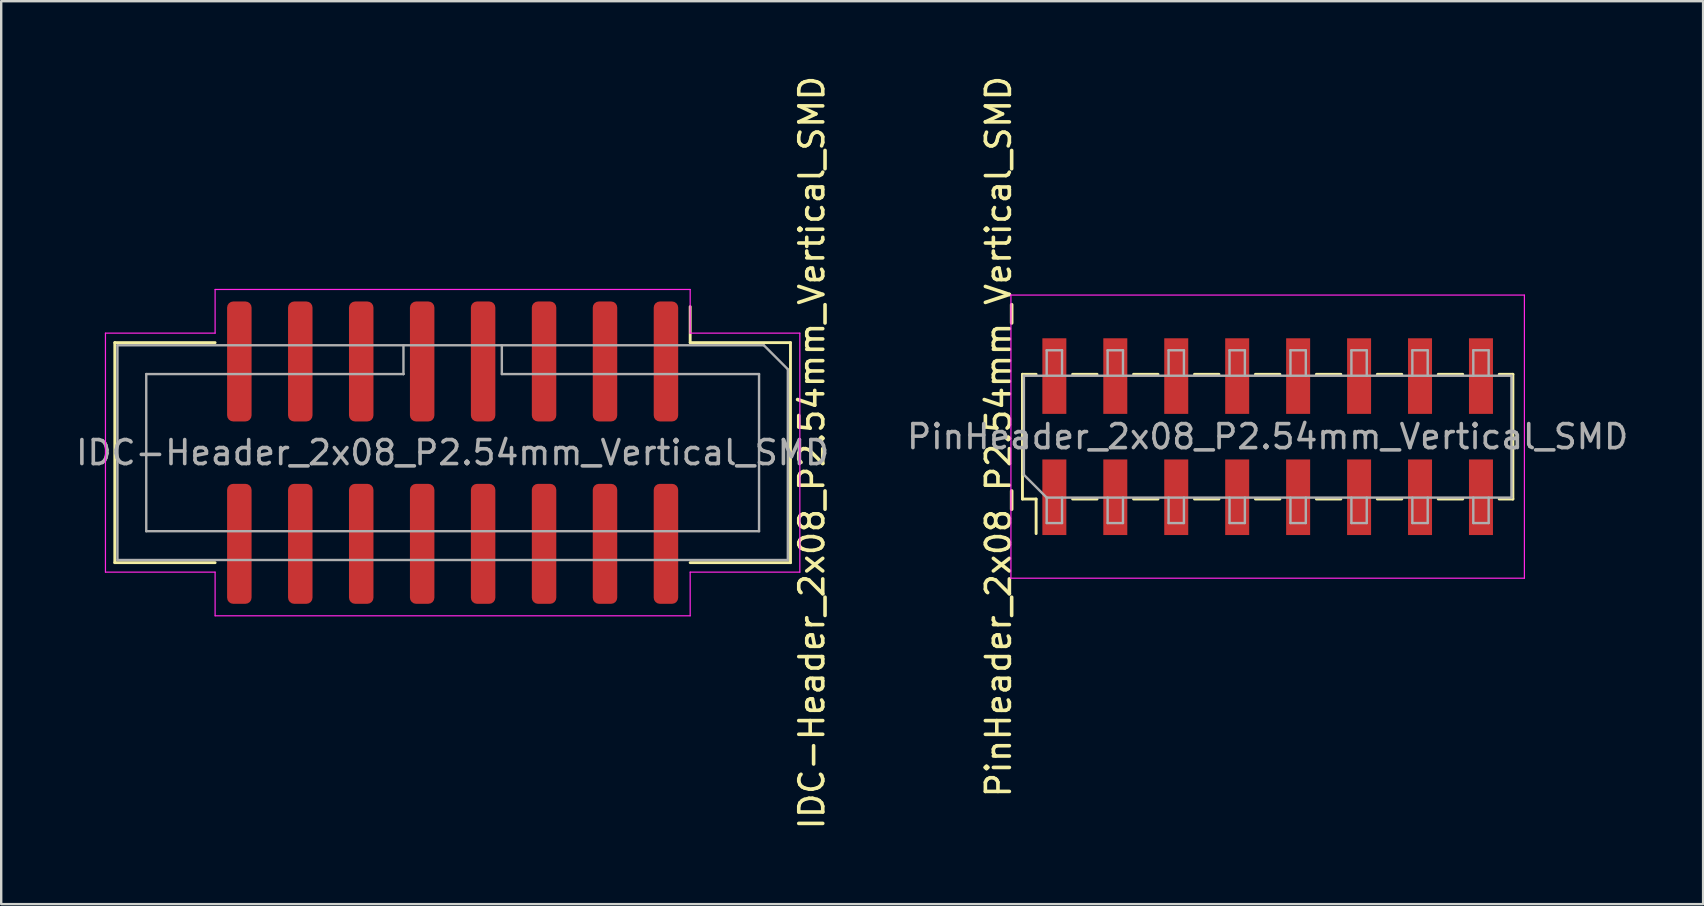
<source format=kicad_pcb>
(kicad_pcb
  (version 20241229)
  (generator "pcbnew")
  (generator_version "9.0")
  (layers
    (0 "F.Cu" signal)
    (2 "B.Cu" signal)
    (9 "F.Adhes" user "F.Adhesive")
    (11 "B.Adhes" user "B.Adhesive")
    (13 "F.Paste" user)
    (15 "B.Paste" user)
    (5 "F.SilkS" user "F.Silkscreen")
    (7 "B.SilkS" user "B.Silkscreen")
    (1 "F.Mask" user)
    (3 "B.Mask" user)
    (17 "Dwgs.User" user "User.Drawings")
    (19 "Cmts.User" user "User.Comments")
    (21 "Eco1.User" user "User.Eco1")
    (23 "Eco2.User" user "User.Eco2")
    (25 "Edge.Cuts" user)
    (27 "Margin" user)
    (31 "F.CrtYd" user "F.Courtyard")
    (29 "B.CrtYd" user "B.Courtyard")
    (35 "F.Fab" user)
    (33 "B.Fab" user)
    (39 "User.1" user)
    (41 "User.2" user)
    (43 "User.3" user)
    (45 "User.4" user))
  (footprint "IDC-Header_2x08_P2.54mm_Vertical_SMD"
    (layer "F.Cu")
    (at 15.815 15.815)
    (property "Reference" "IDC-Header_2x08_P2.54mm_Vertical_SMD" (at 14.97 0 270) (layer "F.SilkS") (effects (font (size 1 1) (thickness 0.15))))
    (attr smd)
    (fp_line (start -14.08 -4.585) (end -14.08 4.585) (stroke (width 0.12) (type solid)) (layer "F.SilkS"))
    (fp_line (start -14.08 4.585) (end -9.9 4.585) (stroke (width 0.12) (type solid)) (layer "F.SilkS"))
    (fp_line (start -9.9 -4.585) (end -14.08 -4.585) (stroke (width 0.12) (type solid)) (layer "F.SilkS"))
    (fp_line (start 9.9 -4.585) (end 9.9 -6.085) (stroke (width 0.12) (type solid)) (layer "F.SilkS"))
    (fp_line (start 9.9 -4.585) (end 14.08 -4.585) (stroke (width 0.12) (type solid)) (layer "F.SilkS"))
    (fp_line (start 14.08 -4.585) (end 14.08 4.585) (stroke (width 0.12) (type solid)) (layer "F.SilkS"))
    (fp_line (start 14.08 4.585) (end 9.9 4.585) (stroke (width 0.12) (type solid)) (layer "F.SilkS"))
    (fp_line (start -14.47 -4.98) (end -14.47 4.98) (stroke (width 0.05) (type solid)) (layer "F.CrtYd"))
    (fp_line (start -14.47 4.98) (end -9.9 4.98) (stroke (width 0.05) (type solid)) (layer "F.CrtYd"))
    (fp_line (start -9.9 -6.8) (end -9.9 -4.98) (stroke (width 0.05) (type solid)) (layer "F.CrtYd"))
    (fp_line (start -9.9 -4.98) (end -14.47 -4.98) (stroke (width 0.05) (type solid)) (layer "F.CrtYd"))
    (fp_line (start -9.9 4.98) (end -9.9 6.8) (stroke (width 0.05) (type solid)) (layer "F.CrtYd"))
    (fp_line (start -9.9 6.8) (end 9.9 6.8) (stroke (width 0.05) (type solid)) (layer "F.CrtYd"))
    (fp_line (start 9.9 -6.8) (end -9.9 -6.8) (stroke (width 0.05) (type solid)) (layer "F.CrtYd"))
    (fp_line (start 9.9 -4.98) (end 9.9 -6.8) (stroke (width 0.05) (type solid)) (layer "F.CrtYd"))
    (fp_line (start 9.9 4.98) (end 14.47 4.98) (stroke (width 0.05) (type solid)) (layer "F.CrtYd"))
    (fp_line (start 9.9 6.8) (end 9.9 4.98) (stroke (width 0.05) (type solid)) (layer "F.CrtYd"))
    (fp_line (start 14.47 -4.98) (end 9.9 -4.98) (stroke (width 0.05) (type solid)) (layer "F.CrtYd"))
    (fp_line (start 14.47 4.98) (end 14.47 -4.98) (stroke (width 0.05) (type solid)) (layer "F.CrtYd"))
    (fp_line (start -13.97 -4.475) (end 12.97 -4.475) (stroke (width 0.1) (type solid)) (layer "F.Fab"))
    (fp_line (start -13.97 4.475) (end -13.97 -4.475) (stroke (width 0.1) (type solid)) (layer "F.Fab"))
    (fp_line (start -12.77 -3.275) (end -2.05 -3.275) (stroke (width 0.1) (type solid)) (layer "F.Fab"))
    (fp_line (start -12.77 3.275) (end -12.77 -3.275) (stroke (width 0.1) (type solid)) (layer "F.Fab"))
    (fp_line (start -2.05 -3.275) (end -2.05 -4.475) (stroke (width 0.1) (type solid)) (layer "F.Fab"))
    (fp_line (start -2.05 -3.275) (end -2.05 -3.275) (stroke (width 0.1) (type solid)) (layer "F.Fab"))
    (fp_line (start 2.05 -4.475) (end 2.05 -3.275) (stroke (width 0.1) (type solid)) (layer "F.Fab"))
    (fp_line (start 2.05 -3.275) (end 12.77 -3.275) (stroke (width 0.1) (type solid)) (layer "F.Fab"))
    (fp_line (start 12.77 -3.275) (end 12.77 3.275) (stroke (width 0.1) (type solid)) (layer "F.Fab"))
    (fp_line (start 12.77 3.275) (end -12.77 3.275) (stroke (width 0.1) (type solid)) (layer "F.Fab"))
    (fp_line (start 12.97 -4.475) (end 13.97 -3.475) (stroke (width 0.1) (type solid)) (layer "F.Fab"))
    (fp_line (start 13.97 -3.475) (end 13.97 4.475) (stroke (width 0.1) (type solid)) (layer "F.Fab"))
    (fp_line (start 13.97 4.475) (end -13.97 4.475) (stroke (width 0.1) (type solid)) (layer "F.Fab"))
    (fp_text user "${REFERENCE}" (at 0 0 0) (layer "F.Fab") (effects (font (size 1 1) (thickness 0.15))))
    (pad "1" smd roundrect (at 8.89 -3.8 270) (size 5 1.02) (layers "F.Cu" "F.Mask" "F.Paste") (roundrect_rratio 0.25))
    (pad "2" smd roundrect (at 8.89 3.8 270) (size 5 1.02) (layers "F.Cu" "F.Mask" "F.Paste") (roundrect_rratio 0.25))
    (pad "3" smd roundrect (at 6.35 -3.8 270) (size 5 1.02) (layers "F.Cu" "F.Mask" "F.Paste") (roundrect_rratio 0.25))
    (pad "4" smd roundrect (at 6.35 3.8 270) (size 5 1.02) (layers "F.Cu" "F.Mask" "F.Paste") (roundrect_rratio 0.25))
    (pad "5" smd roundrect (at 3.81 -3.8 270) (size 5 1.02) (layers "F.Cu" "F.Mask" "F.Paste") (roundrect_rratio 0.25))
    (pad "6" smd roundrect (at 3.81 3.8 270) (size 5 1.02) (layers "F.Cu" "F.Mask" "F.Paste") (roundrect_rratio 0.25))
    (pad "7" smd roundrect (at 1.27 -3.8 270) (size 5 1.02) (layers "F.Cu" "F.Mask" "F.Paste") (roundrect_rratio 0.25))
    (pad "8" smd roundrect (at 1.27 3.8 270) (size 5 1.02) (layers "F.Cu" "F.Mask" "F.Paste") (roundrect_rratio 0.25))
    (pad "9" smd roundrect (at -1.27 -3.8 270) (size 5 1.02) (layers "F.Cu" "F.Mask" "F.Paste") (roundrect_rratio 0.25))
    (pad "10" smd roundrect (at -1.27 3.8 270) (size 5 1.02) (layers "F.Cu" "F.Mask" "F.Paste") (roundrect_rratio 0.25))
    (pad "11" smd roundrect (at -3.81 -3.8 270) (size 5 1.02) (layers "F.Cu" "F.Mask" "F.Paste") (roundrect_rratio 0.25))
    (pad "12" smd roundrect (at -3.81 3.8 270) (size 5 1.02) (layers "F.Cu" "F.Mask" "F.Paste") (roundrect_rratio 0.25))
    (pad "13" smd roundrect (at -6.35 -3.8 270) (size 5 1.02) (layers "F.Cu" "F.Mask" "F.Paste") (roundrect_rratio 0.25))
    (pad "14" smd roundrect (at -6.35 3.8 270) (size 5 1.02) (layers "F.Cu" "F.Mask" "F.Paste") (roundrect_rratio 0.25))
    (pad "15" smd roundrect (at -8.89 -3.8 270) (size 5 1.02) (layers "F.Cu" "F.Mask" "F.Paste") (roundrect_rratio 0.25))
    (pad "16" smd roundrect (at -8.89 3.8 270) (size 5 1.02) (layers "F.Cu" "F.Mask" "F.Paste") (roundrect_rratio 0.25)))
  (footprint "PinHeader_2x08_P2.54mm_Vertical_SMD"
    (layer "F.Cu")
    (at 49.783 15.149)
    (property "Reference" "PinHeader_2x08_P2.54mm_Vertical_SMD" (at -11.22 0 90) (layer "F.SilkS") (effects (font (size 1 1) (thickness 0.15))))
    (attr smd)
    (fp_line (start -10.22 -2.6) (end -9.65 -2.6) (stroke (width 0.12) (type solid)) (layer "F.SilkS"))
    (fp_line (start -10.22 2.6) (end -10.22 -2.6) (stroke (width 0.12) (type solid)) (layer "F.SilkS"))
    (fp_line (start -10.22 2.6) (end -9.65 2.6) (stroke (width 0.12) (type solid)) (layer "F.SilkS"))
    (fp_line (start -9.65 4.04) (end -9.65 2.6) (stroke (width 0.12) (type solid)) (layer "F.SilkS"))
    (fp_line (start -8.13 -2.6) (end -7.11 -2.6) (stroke (width 0.12) (type solid)) (layer "F.SilkS"))
    (fp_line (start -8.13 2.6) (end -7.11 2.6) (stroke (width 0.12) (type solid)) (layer "F.SilkS"))
    (fp_line (start -5.59 -2.6) (end -4.57 -2.6) (stroke (width 0.12) (type solid)) (layer "F.SilkS"))
    (fp_line (start -5.59 2.6) (end -4.57 2.6) (stroke (width 0.12) (type solid)) (layer "F.SilkS"))
    (fp_line (start -3.05 -2.6) (end -2.03 -2.6) (stroke (width 0.12) (type solid)) (layer "F.SilkS"))
    (fp_line (start -3.05 2.6) (end -2.03 2.6) (stroke (width 0.12) (type solid)) (layer "F.SilkS"))
    (fp_line (start -0.51 -2.6) (end 0.51 -2.6) (stroke (width 0.12) (type solid)) (layer "F.SilkS"))
    (fp_line (start -0.51 2.6) (end 0.51 2.6) (stroke (width 0.12) (type solid)) (layer "F.SilkS"))
    (fp_line (start 2.03 -2.6) (end 3.05 -2.6) (stroke (width 0.12) (type solid)) (layer "F.SilkS"))
    (fp_line (start 2.03 2.6) (end 3.05 2.6) (stroke (width 0.12) (type solid)) (layer "F.SilkS"))
    (fp_line (start 4.57 -2.6) (end 5.59 -2.6) (stroke (width 0.12) (type solid)) (layer "F.SilkS"))
    (fp_line (start 4.57 2.6) (end 5.59 2.6) (stroke (width 0.12) (type solid)) (layer "F.SilkS"))
    (fp_line (start 7.11 -2.6) (end 8.13 -2.6) (stroke (width 0.12) (type solid)) (layer "F.SilkS"))
    (fp_line (start 7.11 2.6) (end 8.13 2.6) (stroke (width 0.12) (type solid)) (layer "F.SilkS"))
    (fp_line (start 9.65 -2.6) (end 10.22 -2.6) (stroke (width 0.12) (type solid)) (layer "F.SilkS"))
    (fp_line (start 9.65 2.6) (end 10.22 2.6) (stroke (width 0.12) (type solid)) (layer "F.SilkS"))
    (fp_line (start 10.22 2.6) (end 10.22 -2.6) (stroke (width 0.12) (type solid)) (layer "F.SilkS"))
    (fp_line (start -10.7 -5.9) (end -10.7 5.9) (stroke (width 0.05) (type solid)) (layer "F.CrtYd"))
    (fp_line (start -10.7 5.9) (end 10.7 5.9) (stroke (width 0.05) (type solid)) (layer "F.CrtYd"))
    (fp_line (start 10.7 -5.9) (end -10.7 -5.9) (stroke (width 0.05) (type solid)) (layer "F.CrtYd"))
    (fp_line (start 10.7 5.9) (end 10.7 -5.9) (stroke (width 0.05) (type solid)) (layer "F.CrtYd"))
    (fp_line (start -10.16 -2.54) (end 10.16 -2.54) (stroke (width 0.1) (type solid)) (layer "F.Fab"))
    (fp_line (start -10.16 1.59) (end -10.16 -2.54) (stroke (width 0.1) (type solid)) (layer "F.Fab"))
    (fp_line (start -9.21 -3.6) (end -8.57 -3.6) (stroke (width 0.1) (type solid)) (layer "F.Fab"))
    (fp_line (start -9.21 -2.54) (end -9.21 -3.6) (stroke (width 0.1) (type solid)) (layer "F.Fab"))
    (fp_line (start -9.21 2.54) (end -10.16 1.59) (stroke (width 0.1) (type solid)) (layer "F.Fab"))
    (fp_line (start -9.21 2.54) (end -9.21 3.6) (stroke (width 0.1) (type solid)) (layer "F.Fab"))
    (fp_line (start -9.21 3.6) (end -8.57 3.6) (stroke (width 0.1) (type solid)) (layer "F.Fab"))
    (fp_line (start -8.57 -3.6) (end -8.57 -2.54) (stroke (width 0.1) (type solid)) (layer "F.Fab"))
    (fp_line (start -8.57 3.6) (end -8.57 2.54) (stroke (width 0.1) (type solid)) (layer "F.Fab"))
    (fp_line (start -6.67 -3.6) (end -6.03 -3.6) (stroke (width 0.1) (type solid)) (layer "F.Fab"))
    (fp_line (start -6.67 -2.54) (end -6.67 -3.6) (stroke (width 0.1) (type solid)) (layer "F.Fab"))
    (fp_line (start -6.67 2.54) (end -6.67 3.6) (stroke (width 0.1) (type solid)) (layer "F.Fab"))
    (fp_line (start -6.67 3.6) (end -6.03 3.6) (stroke (width 0.1) (type solid)) (layer "F.Fab"))
    (fp_line (start -6.03 -3.6) (end -6.03 -2.54) (stroke (width 0.1) (type solid)) (layer "F.Fab"))
    (fp_line (start -6.03 3.6) (end -6.03 2.54) (stroke (width 0.1) (type solid)) (layer "F.Fab"))
    (fp_line (start -4.13 -3.6) (end -3.49 -3.6) (stroke (width 0.1) (type solid)) (layer "F.Fab"))
    (fp_line (start -4.13 -2.54) (end -4.13 -3.6) (stroke (width 0.1) (type solid)) (layer "F.Fab"))
    (fp_line (start -4.13 2.54) (end -4.13 3.6) (stroke (width 0.1) (type solid)) (layer "F.Fab"))
    (fp_line (start -4.13 3.6) (end -3.49 3.6) (stroke (width 0.1) (type solid)) (layer "F.Fab"))
    (fp_line (start -3.49 -3.6) (end -3.49 -2.54) (stroke (width 0.1) (type solid)) (layer "F.Fab"))
    (fp_line (start -3.49 3.6) (end -3.49 2.54) (stroke (width 0.1) (type solid)) (layer "F.Fab"))
    (fp_line (start -1.59 -3.6) (end -0.95 -3.6) (stroke (width 0.1) (type solid)) (layer "F.Fab"))
    (fp_line (start -1.59 -2.54) (end -1.59 -3.6) (stroke (width 0.1) (type solid)) (layer "F.Fab"))
    (fp_line (start -1.59 2.54) (end -1.59 3.6) (stroke (width 0.1) (type solid)) (layer "F.Fab"))
    (fp_line (start -1.59 3.6) (end -0.95 3.6) (stroke (width 0.1) (type solid)) (layer "F.Fab"))
    (fp_line (start -0.95 -3.6) (end -0.95 -2.54) (stroke (width 0.1) (type solid)) (layer "F.Fab"))
    (fp_line (start -0.95 3.6) (end -0.95 2.54) (stroke (width 0.1) (type solid)) (layer "F.Fab"))
    (fp_line (start 0.95 -3.6) (end 1.59 -3.6) (stroke (width 0.1) (type solid)) (layer "F.Fab"))
    (fp_line (start 0.95 -2.54) (end 0.95 -3.6) (stroke (width 0.1) (type solid)) (layer "F.Fab"))
    (fp_line (start 0.95 2.54) (end 0.95 3.6) (stroke (width 0.1) (type solid)) (layer "F.Fab"))
    (fp_line (start 0.95 3.6) (end 1.59 3.6) (stroke (width 0.1) (type solid)) (layer "F.Fab"))
    (fp_line (start 1.59 -3.6) (end 1.59 -2.54) (stroke (width 0.1) (type solid)) (layer "F.Fab"))
    (fp_line (start 1.59 3.6) (end 1.59 2.54) (stroke (width 0.1) (type solid)) (layer "F.Fab"))
    (fp_line (start 3.49 -3.6) (end 4.13 -3.6) (stroke (width 0.1) (type solid)) (layer "F.Fab"))
    (fp_line (start 3.49 -2.54) (end 3.49 -3.6) (stroke (width 0.1) (type solid)) (layer "F.Fab"))
    (fp_line (start 3.49 2.54) (end 3.49 3.6) (stroke (width 0.1) (type solid)) (layer "F.Fab"))
    (fp_line (start 3.49 3.6) (end 4.13 3.6) (stroke (width 0.1) (type solid)) (layer "F.Fab"))
    (fp_line (start 4.13 -3.6) (end 4.13 -2.54) (stroke (width 0.1) (type solid)) (layer "F.Fab"))
    (fp_line (start 4.13 3.6) (end 4.13 2.54) (stroke (width 0.1) (type solid)) (layer "F.Fab"))
    (fp_line (start 6.03 -3.6) (end 6.67 -3.6) (stroke (width 0.1) (type solid)) (layer "F.Fab"))
    (fp_line (start 6.03 -2.54) (end 6.03 -3.6) (stroke (width 0.1) (type solid)) (layer "F.Fab"))
    (fp_line (start 6.03 2.54) (end 6.03 3.6) (stroke (width 0.1) (type solid)) (layer "F.Fab"))
    (fp_line (start 6.03 3.6) (end 6.67 3.6) (stroke (width 0.1) (type solid)) (layer "F.Fab"))
    (fp_line (start 6.67 -3.6) (end 6.67 -2.54) (stroke (width 0.1) (type solid)) (layer "F.Fab"))
    (fp_line (start 6.67 3.6) (end 6.67 2.54) (stroke (width 0.1) (type solid)) (layer "F.Fab"))
    (fp_line (start 8.57 -3.6) (end 9.21 -3.6) (stroke (width 0.1) (type solid)) (layer "F.Fab"))
    (fp_line (start 8.57 -2.54) (end 8.57 -3.6) (stroke (width 0.1) (type solid)) (layer "F.Fab"))
    (fp_line (start 8.57 2.54) (end 8.57 3.6) (stroke (width 0.1) (type solid)) (layer "F.Fab"))
    (fp_line (start 8.57 3.6) (end 9.21 3.6) (stroke (width 0.1) (type solid)) (layer "F.Fab"))
    (fp_line (start 9.21 -3.6) (end 9.21 -2.54) (stroke (width 0.1) (type solid)) (layer "F.Fab"))
    (fp_line (start 9.21 3.6) (end 9.21 2.54) (stroke (width 0.1) (type solid)) (layer "F.Fab"))
    (fp_line (start 10.16 -2.54) (end 10.16 2.54) (stroke (width 0.1) (type solid)) (layer "F.Fab"))
    (fp_line (start 10.16 2.54) (end -9.21 2.54) (stroke (width 0.1) (type solid)) (layer "F.Fab"))
    (fp_text user "${REFERENCE}" (at 0 0 180) (layer "F.Fab") (effects (font (size 1 1) (thickness 0.15))))
    (pad "1" smd rect (at -8.89 -2.525 270) (size 3.15 1) (layers "F.Cu" "F.Mask" "F.Paste"))
    (pad "2" smd rect (at -8.89 2.525 270) (size 3.15 1) (layers "F.Cu" "F.Mask" "F.Paste"))
    (pad "3" smd rect (at -6.35 -2.525 270) (size 3.15 1) (layers "F.Cu" "F.Mask" "F.Paste"))
    (pad "4" smd rect (at -6.35 2.525 270) (size 3.15 1) (layers "F.Cu" "F.Mask" "F.Paste"))
    (pad "5" smd rect (at -3.81 -2.525 270) (size 3.15 1) (layers "F.Cu" "F.Mask" "F.Paste"))
    (pad "6" smd rect (at -3.81 2.525 270) (size 3.15 1) (layers "F.Cu" "F.Mask" "F.Paste"))
    (pad "7" smd rect (at -1.27 -2.525 270) (size 3.15 1) (layers "F.Cu" "F.Mask" "F.Paste"))
    (pad "8" smd rect (at -1.27 2.525 270) (size 3.15 1) (layers "F.Cu" "F.Mask" "F.Paste"))
    (pad "9" smd rect (at 1.27 -2.525 270) (size 3.15 1) (layers "F.Cu" "F.Mask" "F.Paste"))
    (pad "10" smd rect (at 1.27 2.525 270) (size 3.15 1) (layers "F.Cu" "F.Mask" "F.Paste"))
    (pad "11" smd rect (at 3.81 -2.525 270) (size 3.15 1) (layers "F.Cu" "F.Mask" "F.Paste"))
    (pad "12" smd rect (at 3.81 2.525 270) (size 3.15 1) (layers "F.Cu" "F.Mask" "F.Paste"))
    (pad "13" smd rect (at 6.35 -2.525 270) (size 3.15 1) (layers "F.Cu" "F.Mask" "F.Paste"))
    (pad "14" smd rect (at 6.35 2.525 270) (size 3.15 1) (layers "F.Cu" "F.Mask" "F.Paste"))
    (pad "15" smd rect (at 8.89 -2.525 270) (size 3.15 1) (layers "F.Cu" "F.Mask" "F.Paste"))
    (pad "16" smd rect (at 8.89 2.525 270) (size 3.15 1) (layers "F.Cu" "F.Mask" "F.Paste")))
  (gr_rect
    (start -3 -3)
    (end 67.931 34.631)
    (stroke (width 0.1) (type default))
    (fill no)
    (layer "Edge.Cuts")))
</source>
